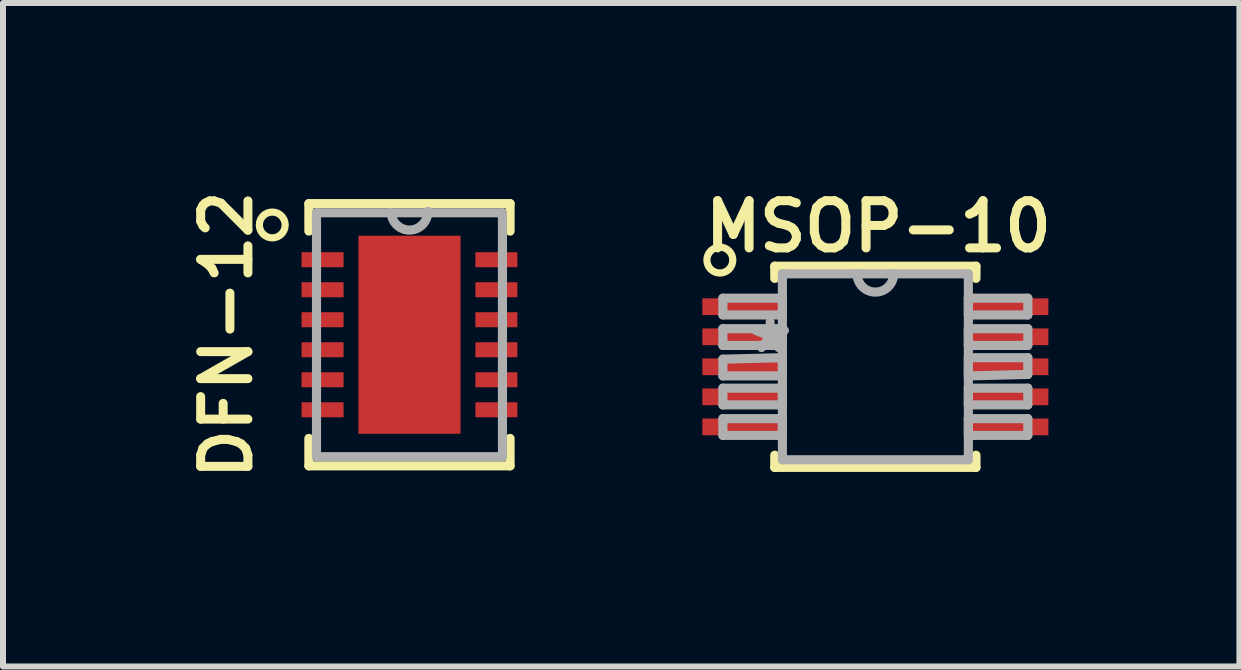
<source format=kicad_pcb>
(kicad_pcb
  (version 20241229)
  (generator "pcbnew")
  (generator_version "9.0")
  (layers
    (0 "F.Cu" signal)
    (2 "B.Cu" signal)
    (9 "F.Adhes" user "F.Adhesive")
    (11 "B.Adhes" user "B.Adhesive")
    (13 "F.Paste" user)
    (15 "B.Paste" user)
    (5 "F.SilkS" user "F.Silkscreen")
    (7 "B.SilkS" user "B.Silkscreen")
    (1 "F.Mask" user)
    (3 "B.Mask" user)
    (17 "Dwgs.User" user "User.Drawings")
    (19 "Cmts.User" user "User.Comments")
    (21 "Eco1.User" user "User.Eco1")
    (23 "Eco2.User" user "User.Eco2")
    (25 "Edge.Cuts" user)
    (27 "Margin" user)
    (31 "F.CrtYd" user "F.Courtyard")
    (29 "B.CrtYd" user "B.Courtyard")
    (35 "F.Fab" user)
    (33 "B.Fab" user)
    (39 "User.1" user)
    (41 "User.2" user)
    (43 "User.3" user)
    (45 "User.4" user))
  (footprint "DFN-12"
    (layer "F.Cu")
    (at 3.772 2.527)
    (property "Reference" "DFN-12" (at -3.048 0 270) (layer "F.SilkS") (effects (font (size 0.787 0.787) (thickness 0.15))))
    (attr smd)
    (fp_line (start -1.676 -2.184) (end -1.676 -1.727) (stroke (width 0.152) (type solid)) (layer "F.SilkS"))
    (fp_line (start -1.676 1.727) (end -1.676 2.184) (stroke (width 0.152) (type solid)) (layer "F.SilkS"))
    (fp_line (start -1.676 2.184) (end 1.676 2.184) (stroke (width 0.152) (type solid)) (layer "F.SilkS"))
    (fp_line (start 1.676 -2.184) (end -1.676 -2.184) (stroke (width 0.152) (type solid)) (layer "F.SilkS"))
    (fp_line (start 1.676 -1.727) (end 1.676 -2.184) (stroke (width 0.152) (type solid)) (layer "F.SilkS"))
    (fp_line (start 1.676 2.184) (end 1.676 1.727) (stroke (width 0.152) (type solid)) (layer "F.SilkS"))
    (fp_circle (center -2.286 -1.829) (end -2.134 -1.981) (stroke (width 0.12) (type solid)) (fill no) (layer "F.SilkS"))
    (fp_poly (pts (xy -0.802 -1.602) (xy -0.802 -0.1) (xy 0.802 -0.1) (xy 0.802 -1.602)) (stroke (width 0.025) (type solid)) (fill yes) (layer "F.Paste"))
    (fp_poly (pts (xy -0.802 0.1) (xy -0.802 1.602) (xy 0.802 1.602) (xy 0.802 0.1)) (stroke (width 0.025) (type solid)) (fill yes) (layer "F.Paste"))
    (fp_line (start -1.549 -2.032) (end -1.549 2.032) (stroke (width 0.152) (type solid)) (layer "F.Fab"))
    (fp_line (start -1.549 2.032) (end 1.549 2.032) (stroke (width 0.152) (type solid)) (layer "F.Fab"))
    (fp_line (start -0.305 -2.032) (end -1.549 -2.032) (stroke (width 0.152) (type solid)) (layer "F.Fab"))
    (fp_line (start 1.549 -2.032) (end -0.305 -2.032) (stroke (width 0.152) (type solid)) (layer "F.Fab"))
    (fp_line (start 1.549 2.032) (end 1.549 -2.032) (stroke (width 0.152) (type solid)) (layer "F.Fab"))
    (fp_arc (start 0.3048 -2.0574) (mid 0.0127 -1.7399) (end -0.3048 -2.032) (stroke (width 0.1524) (type solid)) (layer "F.Fab"))
    (pad "1" smd rect (at -1.448 -1.25) (size 0.7 0.25) (layers "F.Cu" "F.Mask" "F.Paste"))
    (pad "2" smd rect (at -1.448 -0.75) (size 0.7 0.25) (layers "F.Cu" "F.Mask" "F.Paste"))
    (pad "3" smd rect (at -1.448 -0.25) (size 0.7 0.25) (layers "F.Cu" "F.Mask" "F.Paste"))
    (pad "4" smd rect (at -1.448 0.25) (size 0.7 0.25) (layers "F.Cu" "F.Mask" "F.Paste"))
    (pad "5" smd rect (at -1.448 0.75) (size 0.7 0.25) (layers "F.Cu" "F.Mask" "F.Paste"))
    (pad "6" smd rect (at -1.448 1.25) (size 0.7 0.25) (layers "F.Cu" "F.Mask" "F.Paste"))
    (pad "7" smd rect (at 1.448 1.25) (size 0.7 0.25) (layers "F.Cu" "F.Mask" "F.Paste"))
    (pad "8" smd rect (at 1.448 0.75) (size 0.7 0.25) (layers "F.Cu" "F.Mask" "F.Paste"))
    (pad "9" smd rect (at 1.448 0.25) (size 0.7 0.25) (layers "F.Cu" "F.Mask" "F.Paste"))
    (pad "10" smd rect (at 1.448 -0.25) (size 0.7 0.25) (layers "F.Cu" "F.Mask" "F.Paste"))
    (pad "11" smd rect (at 1.448 -0.75) (size 0.7 0.25) (layers "F.Cu" "F.Mask" "F.Paste"))
    (pad "12" smd rect (at 1.448 -1.25) (size 0.7 0.25) (layers "F.Cu" "F.Mask" "F.Paste"))
    (pad "13" smd rect (at 0 0) (size 1.7 3.3) (layers "F.Cu" "F.Mask")))
  (footprint "MSOP-10"
    (layer "F.Cu")
    (at 11.534 3.061)
    (property "Reference" "MSOP-10" (at 0.051 -2.337 0) (layer "F.SilkS") (effects (font (size 0.787 0.787) (thickness 0.15))))
    (attr smd)
    (fp_line (start -1.676 -1.676) (end -1.676 -1.473) (stroke (width 0.152) (type solid)) (layer "F.SilkS"))
    (fp_line (start -1.676 1.473) (end -1.676 1.676) (stroke (width 0.152) (type solid)) (layer "F.SilkS"))
    (fp_line (start -1.676 1.676) (end 1.676 1.676) (stroke (width 0.152) (type solid)) (layer "F.SilkS"))
    (fp_line (start 1.676 -1.676) (end -1.676 -1.676) (stroke (width 0.152) (type solid)) (layer "F.SilkS"))
    (fp_line (start 1.676 -1.473) (end 1.676 -1.676) (stroke (width 0.152) (type solid)) (layer "F.SilkS"))
    (fp_line (start 1.676 1.676) (end 1.676 1.473) (stroke (width 0.152) (type solid)) (layer "F.SilkS"))
    (fp_circle (center -2.591 -1.778) (end -2.438 -1.626) (stroke (width 0.12) (type solid)) (fill no) (layer "F.SilkS"))
    (fp_line (start -2.54 -1.143) (end -2.54 -0.864) (stroke (width 0.152) (type solid)) (layer "F.Fab"))
    (fp_line (start -2.54 -0.864) (end -1.549 -0.864) (stroke (width 0.152) (type solid)) (layer "F.Fab"))
    (fp_line (start -2.54 -0.635) (end -2.54 -0.356) (stroke (width 0.152) (type solid)) (layer "F.Fab"))
    (fp_line (start -2.54 -0.356) (end -1.549 -0.356) (stroke (width 0.152) (type solid)) (layer "F.Fab"))
    (fp_line (start -2.54 -0.127) (end -2.54 0.152) (stroke (width 0.152) (type solid)) (layer "F.Fab"))
    (fp_line (start -2.54 0.152) (end -1.549 0.152) (stroke (width 0.152) (type solid)) (layer "F.Fab"))
    (fp_line (start -2.54 0.356) (end -2.54 0.635) (stroke (width 0.152) (type solid)) (layer "F.Fab"))
    (fp_line (start -2.54 0.635) (end -1.549 0.635) (stroke (width 0.152) (type solid)) (layer "F.Fab"))
    (fp_line (start -2.54 0.864) (end -2.54 1.143) (stroke (width 0.152) (type solid)) (layer "F.Fab"))
    (fp_line (start -2.54 1.143) (end -1.549 1.143) (stroke (width 0.152) (type solid)) (layer "F.Fab"))
    (fp_line (start -1.549 -1.549) (end -1.549 1.549) (stroke (width 0.152) (type solid)) (layer "F.Fab"))
    (fp_line (start -1.549 -1.143) (end -2.54 -1.143) (stroke (width 0.152) (type solid)) (layer "F.Fab"))
    (fp_line (start -1.549 -0.864) (end -1.549 -1.143) (stroke (width 0.152) (type solid)) (layer "F.Fab"))
    (fp_line (start -1.549 -0.635) (end -2.54 -0.635) (stroke (width 0.152) (type solid)) (layer "F.Fab"))
    (fp_line (start -1.549 -0.356) (end -1.549 -0.635) (stroke (width 0.152) (type solid)) (layer "F.Fab"))
    (fp_line (start -1.549 -0.152) (end -2.54 -0.127) (stroke (width 0.152) (type solid)) (layer "F.Fab"))
    (fp_line (start -1.549 0.152) (end -1.549 -0.152) (stroke (width 0.152) (type solid)) (layer "F.Fab"))
    (fp_line (start -1.549 0.356) (end -2.54 0.356) (stroke (width 0.152) (type solid)) (layer "F.Fab"))
    (fp_line (start -1.549 0.635) (end -1.549 0.356) (stroke (width 0.152) (type solid)) (layer "F.Fab"))
    (fp_line (start -1.549 0.864) (end -2.54 0.864) (stroke (width 0.152) (type solid)) (layer "F.Fab"))
    (fp_line (start -1.549 1.143) (end -1.549 0.864) (stroke (width 0.152) (type solid)) (layer "F.Fab"))
    (fp_line (start -1.549 1.549) (end 1.549 1.549) (stroke (width 0.152) (type solid)) (layer "F.Fab"))
    (fp_line (start -0.305 -1.549) (end -1.549 -1.549) (stroke (width 0.152) (type solid)) (layer "F.Fab"))
    (fp_line (start 0.305 -1.549) (end -0.305 -1.549) (stroke (width 0.152) (type solid)) (layer "F.Fab"))
    (fp_line (start 1.549 -1.549) (end 0.305 -1.549) (stroke (width 0.152) (type solid)) (layer "F.Fab"))
    (fp_line (start 1.549 -1.143) (end 1.549 -0.864) (stroke (width 0.152) (type solid)) (layer "F.Fab"))
    (fp_line (start 1.549 -0.864) (end 2.54 -0.864) (stroke (width 0.152) (type solid)) (layer "F.Fab"))
    (fp_line (start 1.549 -0.635) (end 1.549 -0.356) (stroke (width 0.152) (type solid)) (layer "F.Fab"))
    (fp_line (start 1.549 -0.356) (end 2.54 -0.356) (stroke (width 0.152) (type solid)) (layer "F.Fab"))
    (fp_line (start 1.549 -0.152) (end 1.549 0.152) (stroke (width 0.152) (type solid)) (layer "F.Fab"))
    (fp_line (start 1.549 0.152) (end 2.54 0.127) (stroke (width 0.152) (type solid)) (layer "F.Fab"))
    (fp_line (start 1.549 0.356) (end 1.549 0.635) (stroke (width 0.152) (type solid)) (layer "F.Fab"))
    (fp_line (start 1.549 0.635) (end 2.54 0.635) (stroke (width 0.152) (type solid)) (layer "F.Fab"))
    (fp_line (start 1.549 0.864) (end 1.549 1.143) (stroke (width 0.152) (type solid)) (layer "F.Fab"))
    (fp_line (start 1.549 1.143) (end 2.54 1.143) (stroke (width 0.152) (type solid)) (layer "F.Fab"))
    (fp_line (start 1.549 1.549) (end 1.549 -1.549) (stroke (width 0.152) (type solid)) (layer "F.Fab"))
    (fp_line (start 2.54 -1.143) (end 1.549 -1.143) (stroke (width 0.152) (type solid)) (layer "F.Fab"))
    (fp_line (start 2.54 -0.864) (end 2.54 -1.143) (stroke (width 0.152) (type solid)) (layer "F.Fab"))
    (fp_line (start 2.54 -0.635) (end 1.549 -0.635) (stroke (width 0.152) (type solid)) (layer "F.Fab"))
    (fp_line (start 2.54 -0.356) (end 2.54 -0.635) (stroke (width 0.152) (type solid)) (layer "F.Fab"))
    (fp_line (start 2.54 -0.152) (end 1.549 -0.152) (stroke (width 0.152) (type solid)) (layer "F.Fab"))
    (fp_line (start 2.54 0.127) (end 2.54 -0.152) (stroke (width 0.152) (type solid)) (layer "F.Fab"))
    (fp_line (start 2.54 0.356) (end 1.549 0.356) (stroke (width 0.152) (type solid)) (layer "F.Fab"))
    (fp_line (start 2.54 0.635) (end 2.54 0.356) (stroke (width 0.152) (type solid)) (layer "F.Fab"))
    (fp_line (start 2.54 0.864) (end 1.549 0.864) (stroke (width 0.152) (type solid)) (layer "F.Fab"))
    (fp_line (start 2.54 1.143) (end 2.54 0.864) (stroke (width 0.152) (type solid)) (layer "F.Fab"))
    (fp_arc (start 0.3048 -1.5494) (mid 0 -1.2446) (end -0.3048 -1.5494) (stroke (width 0.1524) (type solid)) (layer "F.Fab"))
    (fp_text user "*" (at -1.753 -0.203 0) (layer "F.Fab") (effects (font (size 1 1) (thickness 0.15))))
    (pad "1" smd rect (at -2.184 -1.001) (size 1.397 0.279) (layers "F.Cu" "F.Mask" "F.Paste"))
    (pad "2" smd rect (at -2.184 -0.5) (size 1.397 0.279) (layers "F.Cu" "F.Mask" "F.Paste"))
    (pad "3" smd rect (at -2.184 0) (size 1.397 0.279) (layers "F.Cu" "F.Mask" "F.Paste"))
    (pad "4" smd rect (at -2.184 0.5) (size 1.397 0.279) (layers "F.Cu" "F.Mask" "F.Paste"))
    (pad "5" smd rect (at -2.184 1.001) (size 1.397 0.279) (layers "F.Cu" "F.Mask" "F.Paste"))
    (pad "6" smd rect (at 2.184 1.001) (size 1.397 0.279) (layers "F.Cu" "F.Mask" "F.Paste"))
    (pad "7" smd rect (at 2.184 0.5) (size 1.397 0.279) (layers "F.Cu" "F.Mask" "F.Paste"))
    (pad "8" smd rect (at 2.184 0) (size 1.397 0.279) (layers "F.Cu" "F.Mask" "F.Paste"))
    (pad "9" smd rect (at 2.184 -0.5) (size 1.397 0.279) (layers "F.Cu" "F.Mask" "F.Paste"))
    (pad "10" smd rect (at 2.184 -1.001) (size 1.397 0.279) (layers "F.Cu" "F.Mask" "F.Paste")))
  (gr_rect
    (start -3 -3)
    (end 17.599 8.054)
    (stroke (width 0.1) (type default))
    (fill no)
    (layer "Edge.Cuts")))
</source>
